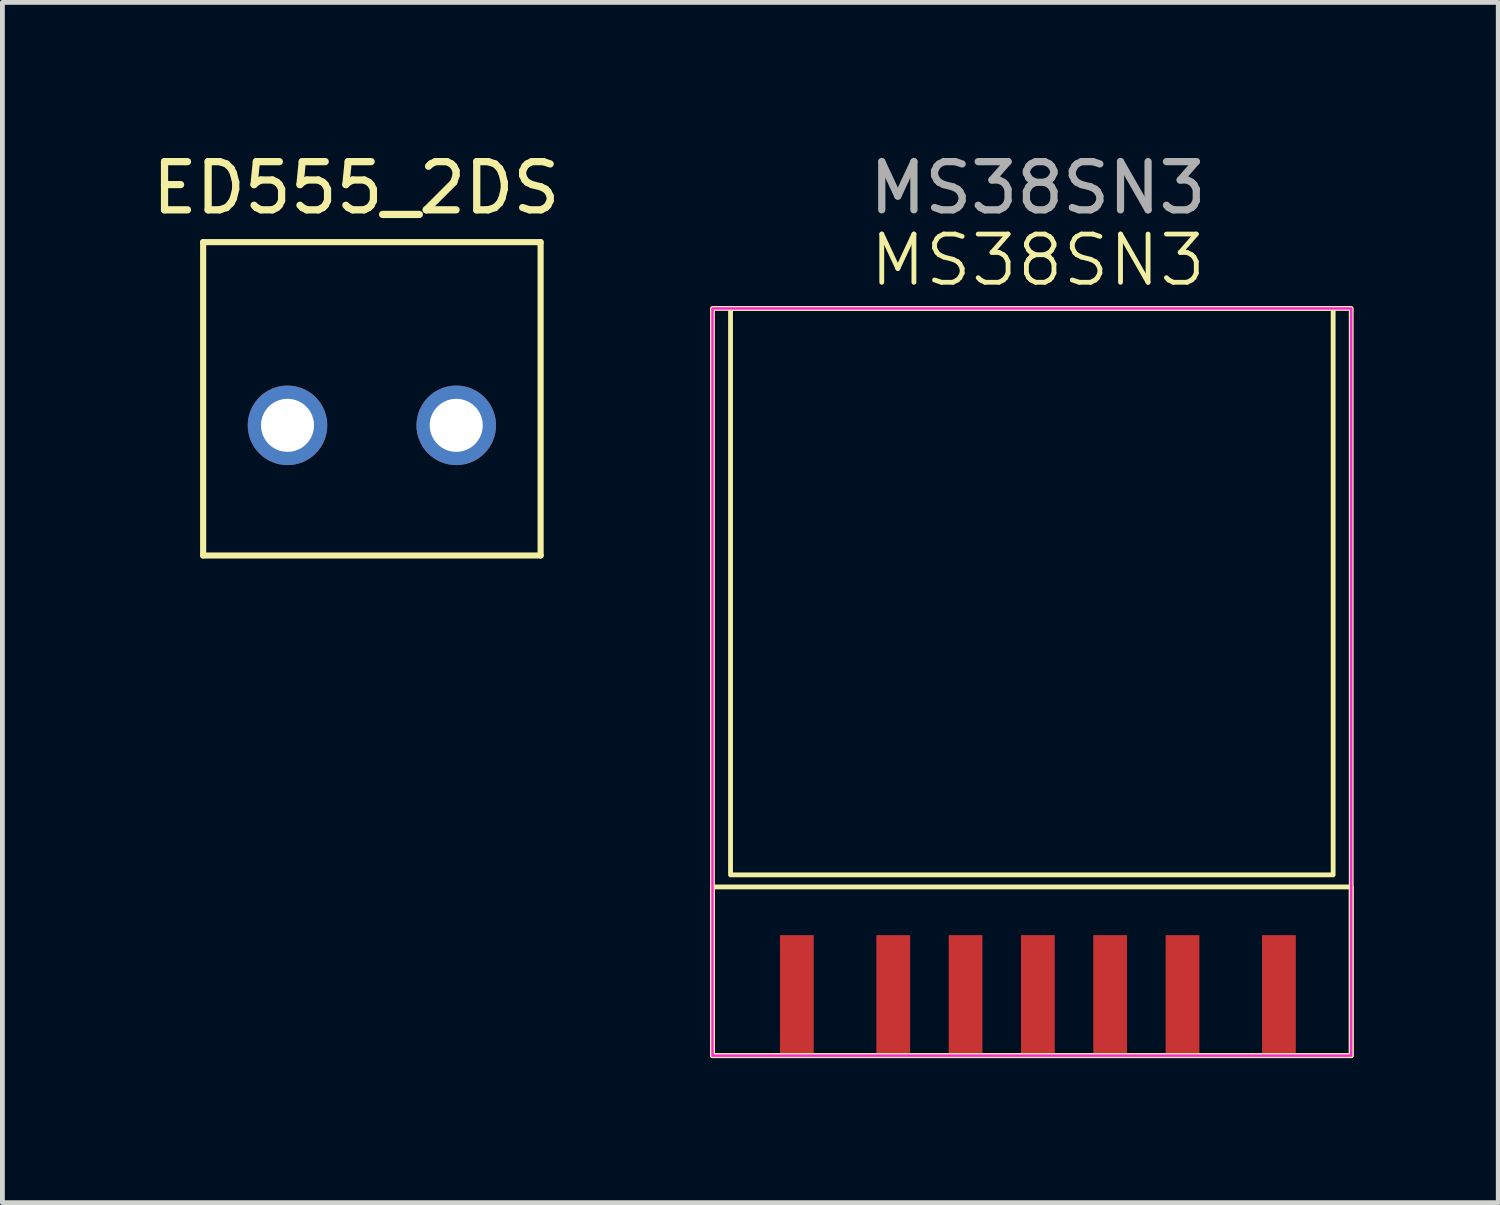
<source format=kicad_pcb>
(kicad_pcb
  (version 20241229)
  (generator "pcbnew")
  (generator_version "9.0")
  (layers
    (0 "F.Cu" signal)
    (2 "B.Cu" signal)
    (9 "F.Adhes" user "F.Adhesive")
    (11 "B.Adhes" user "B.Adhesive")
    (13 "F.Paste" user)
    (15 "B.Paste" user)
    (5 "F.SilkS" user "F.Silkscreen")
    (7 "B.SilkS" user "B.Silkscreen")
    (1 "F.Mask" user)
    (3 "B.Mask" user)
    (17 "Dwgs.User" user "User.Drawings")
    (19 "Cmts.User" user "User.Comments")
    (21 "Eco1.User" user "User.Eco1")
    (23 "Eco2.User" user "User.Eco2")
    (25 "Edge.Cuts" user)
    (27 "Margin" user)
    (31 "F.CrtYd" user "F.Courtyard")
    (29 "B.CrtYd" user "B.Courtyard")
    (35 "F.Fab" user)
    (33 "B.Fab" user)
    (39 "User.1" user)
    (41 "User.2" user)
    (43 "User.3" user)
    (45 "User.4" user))
  (footprint "MS38SN3"
    (layer "F.Cu")
    (at 18.479 11.098)
    (property "Reference" "MS38SN3" (at 0 -8.75 0) (unlocked yes) (layer "F.SilkS") (effects (font (size 1 1) (thickness 0.1))))
    (attr smd)
    (fp_rect (start -6.75 -7.75) (end 6.5 7.75) (stroke (width 0.1) (type default)) (fill no) (layer "F.SilkS"))
    (fp_rect (start -6.75 4.25) (end 6.5 7.75) (stroke (width 0.1) (type default)) (fill no) (layer "F.SilkS"))
    (fp_rect (start -6.375 -7.75) (end 6.125 4) (stroke (width 0.1) (type default)) (fill no) (layer "F.SilkS"))
    (fp_rect (start -6.75 -7.75) (end 6.5 7.75) (stroke (width 0.05) (type default)) (fill no) (layer "F.CrtYd"))
    (fp_text user "${REFERENCE}" (at 0 -10.25 0) (unlocked yes) (layer "F.Fab") (effects (font (size 1 1) (thickness 0.15))))
    (pad "1" smd rect (at 5 6.5) (size 0.7 2.5) (layers "F.Cu" "F.Mask" "F.Paste"))
    (pad "2" smd rect (at 3 6.5) (size 0.7 2.5) (layers "F.Cu" "F.Mask" "F.Paste"))
    (pad "3" smd rect (at 1.5 6.5) (size 0.7 2.5) (layers "F.Cu" "F.Mask" "F.Paste"))
    (pad "4" smd rect (at 0 6.5) (size 0.7 2.5) (layers "F.Cu" "F.Mask" "F.Paste"))
    (pad "5" smd rect (at -1.5 6.5) (size 0.7 2.5) (layers "F.Cu" "F.Mask" "F.Paste"))
    (pad "6" smd rect (at -3 6.5) (size 0.7 2.5) (layers "F.Cu" "F.Mask" "F.Paste"))
    (pad "7" smd rect (at -5 6.5) (size 0.7 2.5) (layers "F.Cu" "F.Mask" "F.Paste"))
    (zone (net_name "") (layers "F.Cu" "B.Cu") (name "ANTENNA") (hatch full 0.5) (connect_pads) (min_thickness 0.25) (filled_areas_thickness no) (keepout (tracks not_allowed) (vias not_allowed) (pads not_allowed) (copperpour allowed) (footprints allowed)) (placement (enabled no)) (fill) (polygon (pts (xy 24.604 15.098) (xy 24.604 3.348) (xy 12.104 3.348) (xy 12.104 15.098)))))
  (footprint "ED555_2DS"
    (layer "F.Cu")
    (at 4.664 5.773)
    (property "Reference" "ED555_2DS" (at -0.325 -4.925 0) (layer "F.SilkS") (effects (font (size 1 1) (thickness 0.15))))
    (attr through_hole)
    (fp_line (start -3.5 -3.8) (end -3.5 2.7) (stroke (width 0.127) (type solid)) (layer "F.SilkS"))
    (fp_line (start -3.5 2.7) (end 3.5 2.7) (stroke (width 0.127) (type solid)) (layer "F.SilkS"))
    (fp_line (start 3.5 -3.8) (end -3.5 -3.8) (stroke (width 0.127) (type solid)) (layer "F.SilkS"))
    (fp_line (start 3.5 2.7) (end 3.5 -3.8) (stroke (width 0.127) (type solid)) (layer "F.SilkS"))
    (pad "1" thru_hole circle (at -1.75 0) (size 1.65 1.65) (drill 1.1) (layers "*.Cu" "*.Mask"))
    (pad "2" thru_hole circle (at 1.75 0) (size 1.65 1.65) (drill 1.1) (layers "*.Cu" "*.Mask")))
  (gr_rect
    (start -3 -3)
    (end 28.029 21.898)
    (stroke (width 0.1) (type default))
    (fill no)
    (layer "Edge.Cuts")))
</source>
